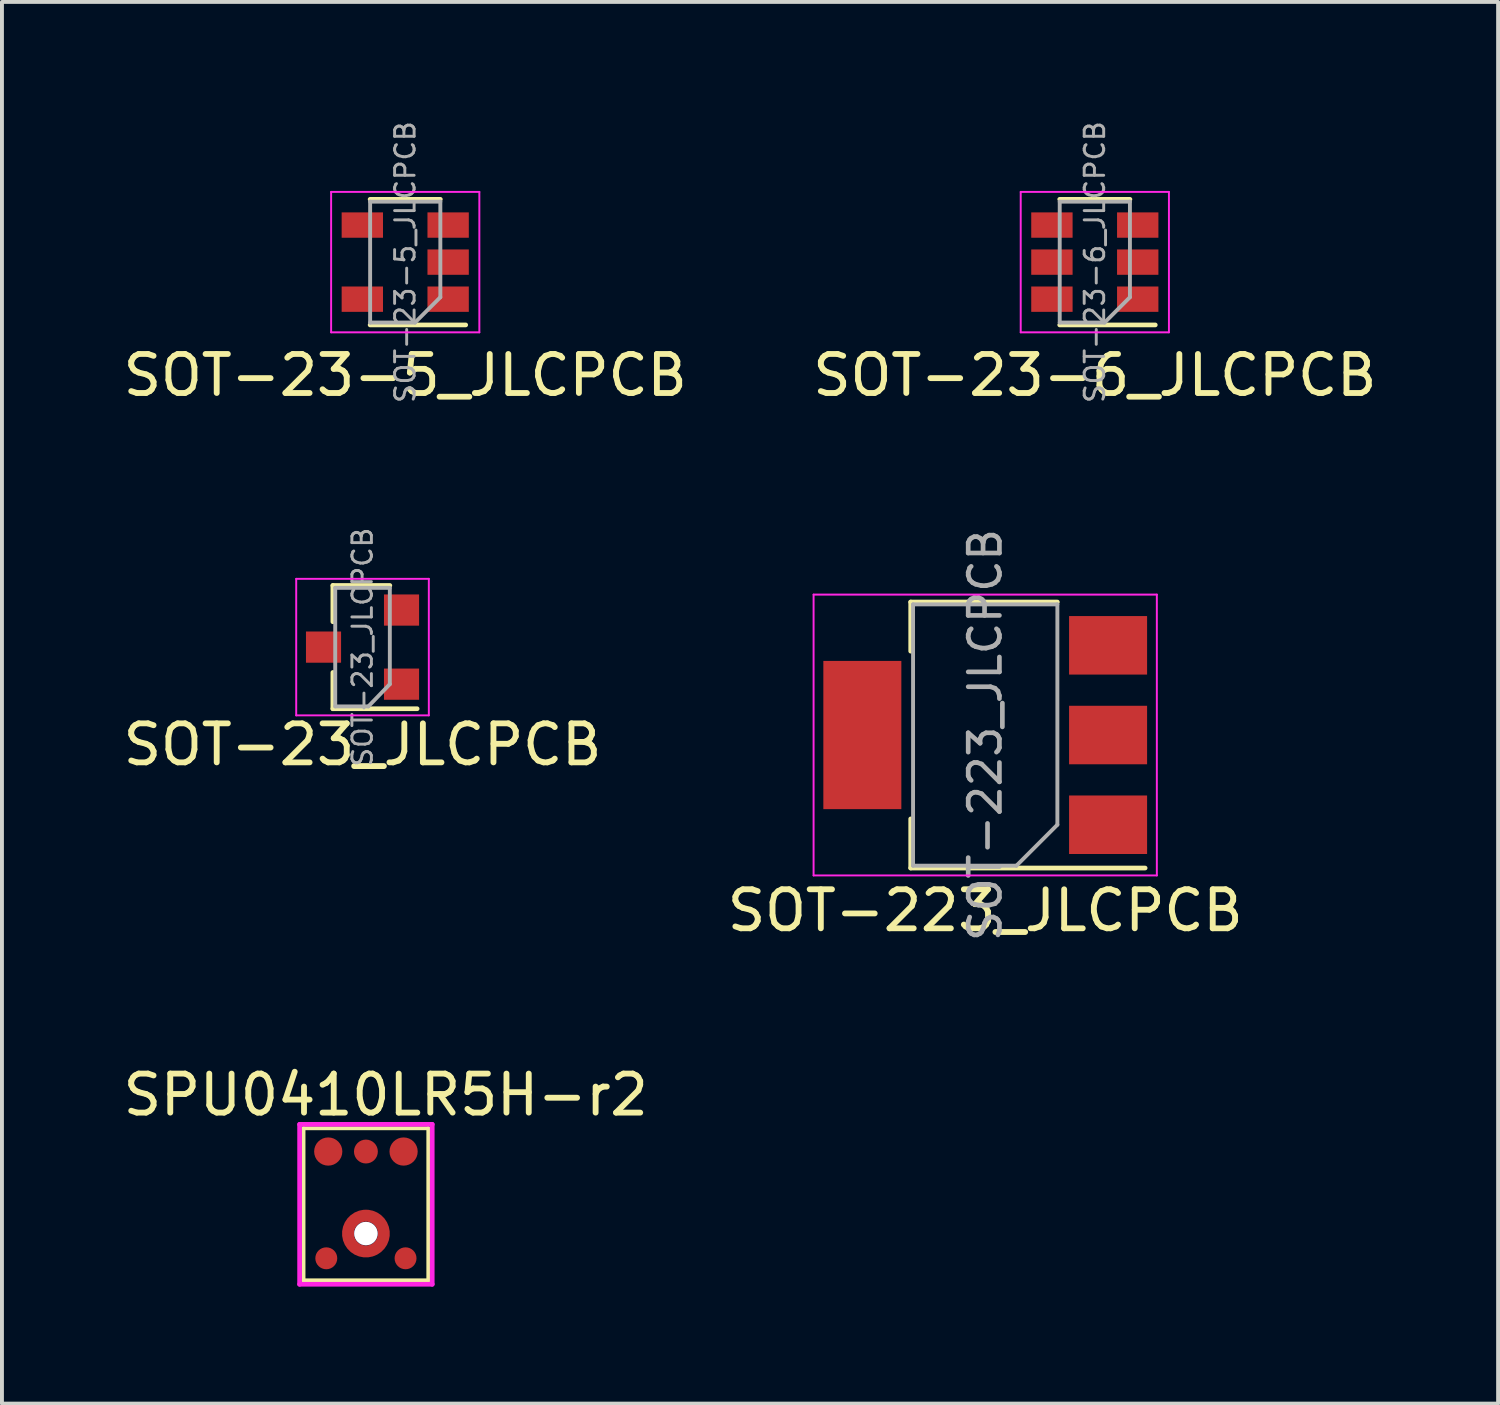
<source format=kicad_pcb>
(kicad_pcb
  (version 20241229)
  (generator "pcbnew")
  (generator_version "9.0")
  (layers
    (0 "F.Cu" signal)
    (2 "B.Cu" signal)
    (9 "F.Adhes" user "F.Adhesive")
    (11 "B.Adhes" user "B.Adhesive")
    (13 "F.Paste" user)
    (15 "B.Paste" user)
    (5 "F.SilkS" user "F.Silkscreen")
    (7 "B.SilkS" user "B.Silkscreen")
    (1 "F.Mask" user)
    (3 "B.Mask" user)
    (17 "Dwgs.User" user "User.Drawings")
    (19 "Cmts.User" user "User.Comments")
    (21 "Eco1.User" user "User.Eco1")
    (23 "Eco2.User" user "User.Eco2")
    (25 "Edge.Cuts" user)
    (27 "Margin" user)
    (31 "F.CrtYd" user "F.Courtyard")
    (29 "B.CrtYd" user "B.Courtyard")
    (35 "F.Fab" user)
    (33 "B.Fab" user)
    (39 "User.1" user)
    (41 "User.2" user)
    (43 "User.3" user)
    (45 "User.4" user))
  (footprint "SOT-23-6_JLCPCB"
    (layer "F.Cu")
    (at 25.018 3.67)
    (property "Reference" "SOT-23-6_JLCPCB" (at 0 2.9 180) (layer "F.SilkS") (effects (font (size 1 1) (thickness 0.15))))
    (attr smd)
    (fp_line (start -0.9 1.61) (end 1.55 1.61) (stroke (width 0.12) (type solid)) (layer "F.SilkS"))
    (fp_line (start 0.9 -1.61) (end -0.9 -1.61) (stroke (width 0.12) (type solid)) (layer "F.SilkS"))
    (fp_line (start -1.9 -1.8) (end -1.9 1.8) (stroke (width 0.05) (type solid)) (layer "F.CrtYd"))
    (fp_line (start -1.9 1.8) (end 1.9 1.8) (stroke (width 0.05) (type solid)) (layer "F.CrtYd"))
    (fp_line (start 1.9 -1.8) (end -1.9 -1.8) (stroke (width 0.05) (type solid)) (layer "F.CrtYd"))
    (fp_line (start 1.9 1.8) (end 1.9 -1.8) (stroke (width 0.05) (type solid)) (layer "F.CrtYd"))
    (fp_line (start -0.9 -1.55) (end 0.9 -1.55) (stroke (width 0.1) (type solid)) (layer "F.Fab"))
    (fp_line (start -0.9 1.55) (end -0.9 -1.55) (stroke (width 0.1) (type solid)) (layer "F.Fab"))
    (fp_line (start -0.9 1.55) (end 0.25 1.55) (stroke (width 0.1) (type solid)) (layer "F.Fab"))
    (fp_line (start 0.9 0.9) (end 0.25 1.55) (stroke (width 0.1) (type solid)) (layer "F.Fab"))
    (fp_line (start 0.9 0.9) (end 0.9 -1.55) (stroke (width 0.1) (type solid)) (layer "F.Fab"))
    (fp_text user "${REFERENCE}" (at 0 0 270) (layer "F.Fab") (effects (font (size 0.5 0.5) (thickness 0.075))))
    (pad "1" smd rect (at 1.1 0.95 180) (size 1.06 0.65) (layers "F.Cu" "F.Mask" "F.Paste"))
    (pad "2" smd rect (at 1.1 0 180) (size 1.06 0.65) (layers "F.Cu" "F.Mask" "F.Paste"))
    (pad "3" smd rect (at 1.1 -0.95 180) (size 1.06 0.65) (layers "F.Cu" "F.Mask" "F.Paste"))
    (pad "4" smd rect (at -1.1 -0.95 180) (size 1.06 0.65) (layers "F.Cu" "F.Mask" "F.Paste"))
    (pad "5" smd rect (at -1.1 0 180) (size 1.06 0.65) (layers "F.Cu" "F.Mask" "F.Paste"))
    (pad "6" smd rect (at -1.1 0.95 180) (size 1.06 0.65) (layers "F.Cu" "F.Mask" "F.Paste")))
  (footprint "SOT-23-5_JLCPCB"
    (layer "F.Cu")
    (at 7.339 3.67)
    (property "Reference" "SOT-23-5_JLCPCB" (at 0 2.9 180) (layer "F.SilkS") (effects (font (size 1 1) (thickness 0.15))))
    (attr smd)
    (fp_line (start -0.9 1.61) (end 1.55 1.61) (stroke (width 0.12) (type solid)) (layer "F.SilkS"))
    (fp_line (start 0.9 -1.61) (end -0.9 -1.61) (stroke (width 0.12) (type solid)) (layer "F.SilkS"))
    (fp_line (start -1.9 -1.8) (end 1.9 -1.8) (stroke (width 0.05) (type solid)) (layer "F.CrtYd"))
    (fp_line (start -1.9 1.8) (end -1.9 -1.8) (stroke (width 0.05) (type solid)) (layer "F.CrtYd"))
    (fp_line (start 1.9 -1.8) (end 1.9 1.8) (stroke (width 0.05) (type solid)) (layer "F.CrtYd"))
    (fp_line (start 1.9 1.8) (end -1.9 1.8) (stroke (width 0.05) (type solid)) (layer "F.CrtYd"))
    (fp_line (start -0.9 -1.55) (end 0.9 -1.55) (stroke (width 0.1) (type solid)) (layer "F.Fab"))
    (fp_line (start -0.9 1.55) (end -0.9 -1.55) (stroke (width 0.1) (type solid)) (layer "F.Fab"))
    (fp_line (start -0.9 1.55) (end 0.25 1.55) (stroke (width 0.1) (type solid)) (layer "F.Fab"))
    (fp_line (start 0.9 0.9) (end 0.25 1.55) (stroke (width 0.1) (type solid)) (layer "F.Fab"))
    (fp_line (start 0.9 0.9) (end 0.9 -1.55) (stroke (width 0.1) (type solid)) (layer "F.Fab"))
    (fp_text user "${REFERENCE}" (at 0 0 270) (layer "F.Fab") (effects (font (size 0.5 0.5) (thickness 0.075))))
    (pad "1" smd rect (at 1.1 0.95 180) (size 1.06 0.65) (layers "F.Cu" "F.Mask" "F.Paste"))
    (pad "2" smd rect (at 1.1 0 180) (size 1.06 0.65) (layers "F.Cu" "F.Mask" "F.Paste"))
    (pad "3" smd rect (at 1.1 -0.95 180) (size 1.06 0.65) (layers "F.Cu" "F.Mask" "F.Paste"))
    (pad "4" smd rect (at -1.1 -0.95 180) (size 1.06 0.65) (layers "F.Cu" "F.Mask" "F.Paste"))
    (pad "5" smd rect (at -1.1 0.95 180) (size 1.06 0.65) (layers "F.Cu" "F.Mask" "F.Paste")))
  (footprint "SPU0410LR5H-r2"
    (layer "F.Cu")
    (at 6.331 28.575)
    (property "Reference" "SPU0410LR5H-r2" (at 0.508 -3.556 0) (layer "F.SilkS") (effects (font (size 1 1) (thickness 0.15))))
    (attr smd)
    (fp_line (start -1.6 -2.7) (end 1.6 -2.7) (stroke (width 0.1) (type solid)) (layer "F.SilkS"))
    (fp_line (start -1.6 1.2) (end -1.6 -2.7) (stroke (width 0.1) (type solid)) (layer "F.SilkS"))
    (fp_line (start 1.6 -2.7) (end 1.6 1.2) (stroke (width 0.1) (type solid)) (layer "F.SilkS"))
    (fp_line (start 1.6 1.2) (end -1.6 1.2) (stroke (width 0.1) (type solid)) (layer "F.SilkS"))
    (fp_line (start -1.7 -2.8) (end 1.7 -2.8) (stroke (width 0.12) (type solid)) (layer "F.CrtYd"))
    (fp_line (start -1.7 1.3) (end -1.7 -2.8) (stroke (width 0.12) (type solid)) (layer "F.CrtYd"))
    (fp_line (start 1.7 -2.8) (end 1.7 1.3) (stroke (width 0.12) (type solid)) (layer "F.CrtYd"))
    (fp_line (start 1.7 1.3) (end -1.7 1.3) (stroke (width 0.12) (type solid)) (layer "F.CrtYd"))
    (pad "" smd custom (at -0.449 0.009) (size 0.066 0.066) (layers "F.Paste") (options (anchor circle)) (primitives (gr_poly (pts (xy -0.148 0.125) (xy -0.163 -0.009) (xy -0.148 -0.144) (xy -0.104 -0.271) (xy -0.033 -0.386) (xy 0.187 -0.166) (xy 0.149 -0.064) (xy 0.149 0.045) (xy 0.187 0.147) (xy -0.033 0.367) (xy -0.104 0.253)) (width 0) (fill yes))))
    (pad "" np_thru_hole custom (at 0 0) (size 0.6 0.6) (drill 0.6) (layers "*.Cu" "*.Mask") (options (anchor circle)) (primitives))
    (pad "" smd custom (at 0.001 -0.441) (size 0.053 0.053) (layers "F.Paste") (options (anchor circle)) (primitives (gr_poly (pts (xy 0.053 0.141) (xy -0.056 0.141) (xy -0.157 0.179) (xy -0.378 -0.041) (xy -0.263 -0.112) (xy -0.135 -0.156) (xy -0.001 -0.171) (xy 0.133 -0.156) (xy 0.261 -0.112) (xy 0.376 -0.041) (xy 0.155 0.179)) (width 0) (fill yes))))
    (pad "" smd custom (at 0.001 0.458) (size 0.057 0.057) (layers "F.Paste") (options (anchor circle)) (primitives (gr_poly (pts (xy -0.056 -0.158) (xy 0.053 -0.158) (xy 0.155 -0.196) (xy 0.375 0.025) (xy 0.261 0.095) (xy 0.133 0.139) (xy -0.001 0.154) (xy -0.136 0.139) (xy -0.263 0.095) (xy -0.378 0.025) (xy -0.157 -0.196)) (width 0) (fill yes))))
    (pad "" smd custom (at 0.468 0.009) (size 0.097 0.097) (layers "F.Paste") (options (anchor circle)) (primitives (gr_poly (pts (xy -0.168 0.045) (xy -0.168 -0.064) (xy -0.206 -0.166) (xy 0.014 -0.386) (xy 0.085 -0.271) (xy 0.129 -0.144) (xy 0.144 -0.009) (xy 0.129 0.125) (xy 0.085 0.253) (xy 0.014 0.367) (xy -0.206 0.147)) (width 0) (fill yes))))
    (pad "1" smd circle (at -0.966 -2.103) (size 0.723 0.723) (layers "F.Cu" "F.Mask" "F.Paste"))
    (pad "2" smd circle (at -1.016 0.634) (size 0.562 0.562) (layers "F.Cu" "F.Mask" "F.Paste"))
    (pad "3" smd circle (at 1.016 0.634) (size 0.562 0.562) (layers "F.Cu" "F.Mask" "F.Paste"))
    (pad "4" smd circle (at 0.966 -2.103) (size 0.723 0.723) (layers "F.Cu" "F.Mask" "F.Paste"))
    (pad "5" smd circle (at 0 -2.103) (size 0.612 0.612) (layers "F.Cu" "F.Mask" "F.Paste"))
    (pad "6" smd custom (at 0 -0.459) (size 0.31 0.31) (layers "F.Cu" "F.Mask") (options (anchor circle)) (primitives (gr_circle (center 0 0.459) (end 0.459 0.459) (width 0.307) (fill no)))))
  (footprint "SOT-23_JLCPCB"
    (layer "F.Cu")
    (at 6.244 13.54)
    (property "Reference" "SOT-23_JLCPCB" (at 0 2.5 180) (layer "F.SilkS") (effects (font (size 1 1) (thickness 0.15))))
    (attr smd)
    (fp_line (start -0.76 -1.58) (end -0.76 -0.65) (stroke (width 0.12) (type solid)) (layer "F.SilkS"))
    (fp_line (start -0.76 -1.58) (end 0.7 -1.58) (stroke (width 0.12) (type solid)) (layer "F.SilkS"))
    (fp_line (start -0.76 1.58) (end -0.76 0.65) (stroke (width 0.12) (type solid)) (layer "F.SilkS"))
    (fp_line (start -0.76 1.58) (end 1.4 1.58) (stroke (width 0.12) (type solid)) (layer "F.SilkS"))
    (fp_line (start -1.7 -1.75) (end 1.7 -1.75) (stroke (width 0.05) (type solid)) (layer "F.CrtYd"))
    (fp_line (start -1.7 1.75) (end -1.7 -1.75) (stroke (width 0.05) (type solid)) (layer "F.CrtYd"))
    (fp_line (start 1.7 -1.75) (end 1.7 1.75) (stroke (width 0.05) (type solid)) (layer "F.CrtYd"))
    (fp_line (start 1.7 1.75) (end -1.7 1.75) (stroke (width 0.05) (type solid)) (layer "F.CrtYd"))
    (fp_line (start -0.7 1.52) (end -0.7 -1.52) (stroke (width 0.1) (type solid)) (layer "F.Fab"))
    (fp_line (start 0.15 1.52) (end -0.7 1.52) (stroke (width 0.1) (type solid)) (layer "F.Fab"))
    (fp_line (start 0.7 -1.52) (end -0.7 -1.52) (stroke (width 0.1) (type solid)) (layer "F.Fab"))
    (fp_line (start 0.7 0.95) (end 0.15 1.52) (stroke (width 0.1) (type solid)) (layer "F.Fab"))
    (fp_line (start 0.7 0.95) (end 0.7 -1.5) (stroke (width 0.1) (type solid)) (layer "F.Fab"))
    (fp_text user "${REFERENCE}" (at 0 0 270) (layer "F.Fab") (effects (font (size 0.5 0.5) (thickness 0.075))))
    (pad "1" smd rect (at 1 0.95 180) (size 0.9 0.8) (layers "F.Cu" "F.Mask" "F.Paste"))
    (pad "2" smd rect (at 1 -0.95 180) (size 0.9 0.8) (layers "F.Cu" "F.Mask" "F.Paste"))
    (pad "3" smd rect (at -1 0 180) (size 0.9 0.8) (layers "F.Cu" "F.Mask" "F.Paste")))
  (footprint "SOT-223_JLCPCB"
    (layer "F.Cu")
    (at 22.208 15.794)
    (property "Reference" "SOT-223_JLCPCB" (at 0 4.5 180) (layer "F.SilkS") (effects (font (size 1 1) (thickness 0.15))))
    (attr smd)
    (fp_line (start -1.91 -3.41) (end -1.91 -2.15) (stroke (width 0.12) (type solid)) (layer "F.SilkS"))
    (fp_line (start -1.91 3.41) (end -1.91 2.15) (stroke (width 0.12) (type solid)) (layer "F.SilkS"))
    (fp_line (start 1.85 -3.41) (end -1.91 -3.41) (stroke (width 0.12) (type solid)) (layer "F.SilkS"))
    (fp_line (start 4.1 3.41) (end -1.91 3.41) (stroke (width 0.12) (type solid)) (layer "F.SilkS"))
    (fp_line (start -4.4 -3.6) (end -4.4 3.6) (stroke (width 0.05) (type solid)) (layer "F.CrtYd"))
    (fp_line (start -4.4 3.6) (end 4.4 3.6) (stroke (width 0.05) (type solid)) (layer "F.CrtYd"))
    (fp_line (start 4.4 -3.6) (end -4.4 -3.6) (stroke (width 0.05) (type solid)) (layer "F.CrtYd"))
    (fp_line (start 4.4 3.6) (end 4.4 -3.6) (stroke (width 0.05) (type solid)) (layer "F.CrtYd"))
    (fp_line (start -1.85 3.35) (end -1.85 -3.35) (stroke (width 0.1) (type solid)) (layer "F.Fab"))
    (fp_line (start 0.8 3.35) (end -1.85 3.35) (stroke (width 0.1) (type solid)) (layer "F.Fab"))
    (fp_line (start 1.85 -3.35) (end -1.85 -3.35) (stroke (width 0.1) (type solid)) (layer "F.Fab"))
    (fp_line (start 1.85 2.3) (end 0.8 3.35) (stroke (width 0.1) (type solid)) (layer "F.Fab"))
    (fp_line (start 1.85 2.3) (end 1.85 -3.35) (stroke (width 0.1) (type solid)) (layer "F.Fab"))
    (fp_text user "${REFERENCE}" (at 0 0 270) (layer "F.Fab") (effects (font (size 0.8 0.8) (thickness 0.12))))
    (pad "1" smd rect (at 3.15 2.3 180) (size 2 1.5) (layers "F.Cu" "F.Mask" "F.Paste"))
    (pad "2" smd rect (at 3.15 0 180) (size 2 1.5) (layers "F.Cu" "F.Mask" "F.Paste"))
    (pad "3" smd rect (at 3.15 -2.3 180) (size 2 1.5) (layers "F.Cu" "F.Mask" "F.Paste"))
    (pad "4" smd rect (at -3.15 0 180) (size 2 3.8) (layers "F.Cu" "F.Mask" "F.Paste")))
  (gr_rect
    (start -3 -3)
    (end 35.357 32.935)
    (stroke (width 0.1) (type default))
    (fill no)
    (layer "Edge.Cuts")))
</source>
